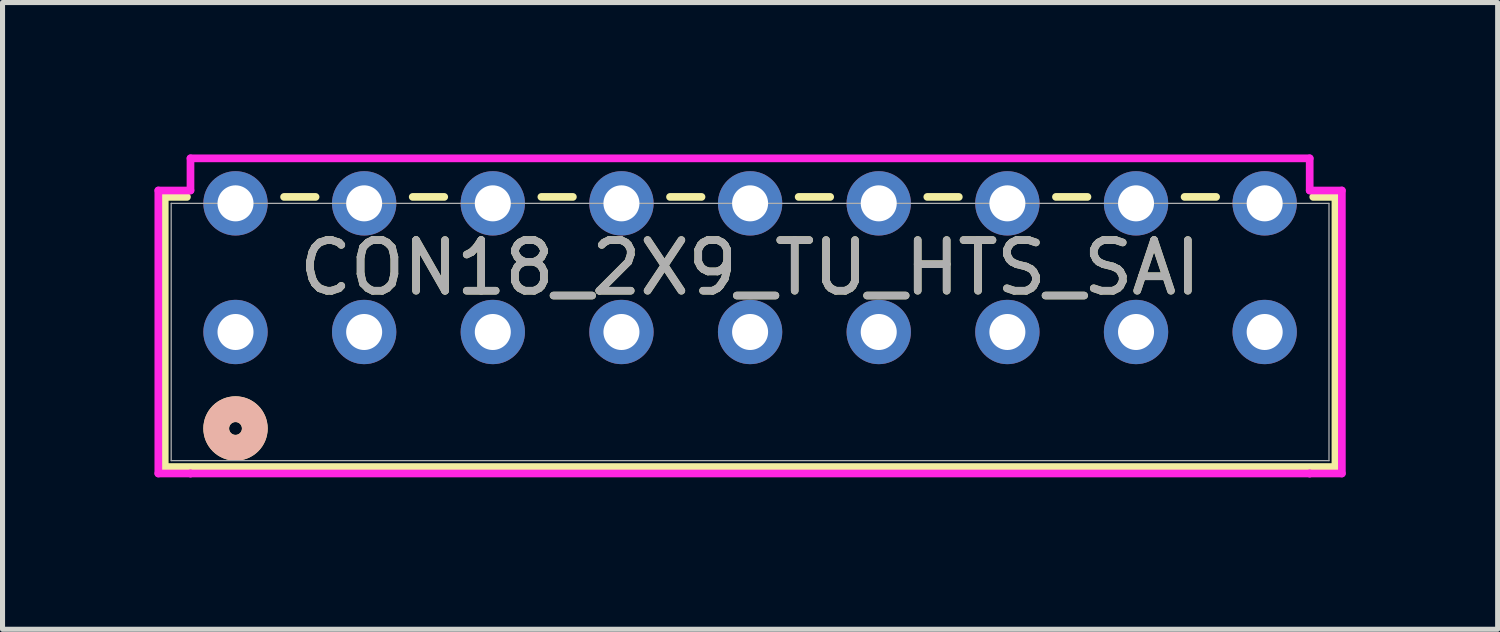
<source format=kicad_pcb>
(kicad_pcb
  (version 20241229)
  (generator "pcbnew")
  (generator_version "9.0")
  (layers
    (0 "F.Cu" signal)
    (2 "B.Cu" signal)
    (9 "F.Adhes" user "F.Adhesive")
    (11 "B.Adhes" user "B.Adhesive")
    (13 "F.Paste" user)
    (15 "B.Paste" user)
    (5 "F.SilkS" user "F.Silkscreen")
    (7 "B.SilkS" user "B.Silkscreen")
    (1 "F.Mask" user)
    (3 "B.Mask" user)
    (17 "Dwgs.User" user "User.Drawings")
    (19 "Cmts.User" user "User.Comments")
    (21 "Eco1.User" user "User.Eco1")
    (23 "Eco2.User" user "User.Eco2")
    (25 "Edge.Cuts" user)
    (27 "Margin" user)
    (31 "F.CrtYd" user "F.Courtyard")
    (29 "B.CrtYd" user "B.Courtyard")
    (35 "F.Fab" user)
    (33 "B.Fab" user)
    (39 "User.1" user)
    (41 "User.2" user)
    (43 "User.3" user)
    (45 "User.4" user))
  (footprint "CON18_2X9_TU_HTS_SAI"
    (layer "F.Cu")
    (at 11.76 2.235)
    (property "Reference" "CON18_2X9_TU_HTS_SAI" (at 0 0 0) (unlocked yes) (layer "F.SilkS") (effects (font (size 1 1) (thickness 0.15))))
    (attr through_hole)
    (fp_line (start -11.557 -1.397) (end -11.557 3.937) (stroke (width 0.152) (type solid)) (layer "F.SilkS"))
    (fp_line (start -11.557 3.937) (end 11.557 3.937) (stroke (width 0.152) (type solid)) (layer "F.SilkS"))
    (fp_line (start -11.119 -1.397) (end -11.557 -1.397) (stroke (width 0.152) (type solid)) (layer "F.SilkS"))
    (fp_line (start -8.579 -1.397) (end -9.201 -1.397) (stroke (width 0.152) (type solid)) (layer "F.SilkS"))
    (fp_line (start -6.039 -1.397) (end -6.661 -1.397) (stroke (width 0.152) (type solid)) (layer "F.SilkS"))
    (fp_line (start -3.499 -1.397) (end -4.121 -1.397) (stroke (width 0.152) (type solid)) (layer "F.SilkS"))
    (fp_line (start -0.959 -1.397) (end -1.581 -1.397) (stroke (width 0.152) (type solid)) (layer "F.SilkS"))
    (fp_line (start 1.581 -1.397) (end 0.959 -1.397) (stroke (width 0.152) (type solid)) (layer "F.SilkS"))
    (fp_line (start 4.121 -1.397) (end 3.499 -1.397) (stroke (width 0.152) (type solid)) (layer "F.SilkS"))
    (fp_line (start 6.661 -1.397) (end 6.039 -1.397) (stroke (width 0.152) (type solid)) (layer "F.SilkS"))
    (fp_line (start 9.201 -1.397) (end 8.579 -1.397) (stroke (width 0.152) (type solid)) (layer "F.SilkS"))
    (fp_line (start 11.557 -1.397) (end 11.119 -1.397) (stroke (width 0.152) (type solid)) (layer "F.SilkS"))
    (fp_line (start 11.557 3.937) (end 11.557 -1.397) (stroke (width 0.152) (type solid)) (layer "F.SilkS"))
    (fp_circle (center -10.16 3.175) (end -9.779 3.175) (stroke (width 0.508) (type solid)) (fill no) (layer "F.SilkS"))
    (fp_circle (center -10.16 3.175) (end -9.779 3.175) (stroke (width 0.508) (type solid)) (fill no) (layer "B.SilkS"))
    (fp_line (start -11.684 -1.524) (end -11.684 4.064) (stroke (width 0.152) (type solid)) (layer "F.CrtYd"))
    (fp_line (start -11.684 4.064) (end -11.049 4.064) (stroke (width 0.152) (type solid)) (layer "F.CrtYd"))
    (fp_line (start -11.049 -2.159) (end -11.049 -1.524) (stroke (width 0.152) (type solid)) (layer "F.CrtYd"))
    (fp_line (start -11.049 -1.524) (end -11.684 -1.524) (stroke (width 0.152) (type solid)) (layer "F.CrtYd"))
    (fp_line (start -11.049 4.064) (end -11.049 4.064) (stroke (width 0.152) (type solid)) (layer "F.CrtYd"))
    (fp_line (start -11.049 4.064) (end 11.049 4.064) (stroke (width 0.152) (type solid)) (layer "F.CrtYd"))
    (fp_line (start 11.049 -2.159) (end -11.049 -2.159) (stroke (width 0.152) (type solid)) (layer "F.CrtYd"))
    (fp_line (start 11.049 -1.524) (end 11.049 -2.159) (stroke (width 0.152) (type solid)) (layer "F.CrtYd"))
    (fp_line (start 11.049 4.064) (end 11.049 4.064) (stroke (width 0.152) (type solid)) (layer "F.CrtYd"))
    (fp_line (start 11.049 4.064) (end 11.684 4.064) (stroke (width 0.152) (type solid)) (layer "F.CrtYd"))
    (fp_line (start 11.684 -1.524) (end 11.049 -1.524) (stroke (width 0.152) (type solid)) (layer "F.CrtYd"))
    (fp_line (start 11.684 4.064) (end 11.684 -1.524) (stroke (width 0.152) (type solid)) (layer "F.CrtYd"))
    (fp_line (start -11.43 -1.27) (end -11.43 3.81) (stroke (width 0.025) (type solid)) (layer "F.Fab"))
    (fp_line (start -11.43 3.81) (end 11.43 3.81) (stroke (width 0.025) (type solid)) (layer "F.Fab"))
    (fp_line (start 11.43 -1.27) (end -11.43 -1.27) (stroke (width 0.025) (type solid)) (layer "F.Fab"))
    (fp_line (start 11.43 3.81) (end 11.43 -1.27) (stroke (width 0.025) (type solid)) (layer "F.Fab"))
    (fp_circle (center -10.16 1.27) (end -9.906 1.27) (stroke (width 0.025) (type solid)) (fill no) (layer "F.Fab"))
    (fp_text user "${REFERENCE}" (at 0 0 0) (unlocked yes) (layer "F.Fab") (effects (font (size 1 1) (thickness 0.15))))
    (pad "1" thru_hole circle (at -10.16 1.27 90) (size 1.27 1.27) (drill 0.711) (layers "*.Cu" "*.Mask"))
    (pad "2" thru_hole circle (at -10.16 -1.27 90) (size 1.27 1.27) (drill 0.711) (layers "*.Cu" "*.Mask"))
    (pad "3" thru_hole circle (at -7.62 1.27 90) (size 1.27 1.27) (drill 0.711) (layers "*.Cu" "*.Mask"))
    (pad "4" thru_hole circle (at -7.62 -1.27 90) (size 1.27 1.27) (drill 0.711) (layers "*.Cu" "*.Mask"))
    (pad "5" thru_hole circle (at -5.08 1.27 90) (size 1.27 1.27) (drill 0.711) (layers "*.Cu" "*.Mask"))
    (pad "6" thru_hole circle (at -5.08 -1.27 90) (size 1.27 1.27) (drill 0.711) (layers "*.Cu" "*.Mask"))
    (pad "7" thru_hole circle (at -2.54 1.27 90) (size 1.27 1.27) (drill 0.711) (layers "*.Cu" "*.Mask"))
    (pad "8" thru_hole circle (at -2.54 -1.27 90) (size 1.27 1.27) (drill 0.711) (layers "*.Cu" "*.Mask"))
    (pad "9" thru_hole circle (at 0 1.27 90) (size 1.27 1.27) (drill 0.711) (layers "*.Cu" "*.Mask"))
    (pad "10" thru_hole circle (at 0 -1.27 90) (size 1.27 1.27) (drill 0.711) (layers "*.Cu" "*.Mask"))
    (pad "11" thru_hole circle (at 2.54 1.27 90) (size 1.27 1.27) (drill 0.711) (layers "*.Cu" "*.Mask"))
    (pad "12" thru_hole circle (at 2.54 -1.27 90) (size 1.27 1.27) (drill 0.711) (layers "*.Cu" "*.Mask"))
    (pad "13" thru_hole circle (at 5.08 1.27 90) (size 1.27 1.27) (drill 0.711) (layers "*.Cu" "*.Mask"))
    (pad "14" thru_hole circle (at 5.08 -1.27 90) (size 1.27 1.27) (drill 0.711) (layers "*.Cu" "*.Mask"))
    (pad "15" thru_hole circle (at 7.62 1.27 90) (size 1.27 1.27) (drill 0.711) (layers "*.Cu" "*.Mask"))
    (pad "16" thru_hole circle (at 7.62 -1.27 90) (size 1.27 1.27) (drill 0.711) (layers "*.Cu" "*.Mask"))
    (pad "17" thru_hole circle (at 10.16 1.27 90) (size 1.27 1.27) (drill 0.711) (layers "*.Cu" "*.Mask"))
    (pad "18" thru_hole circle (at 10.16 -1.27 90) (size 1.27 1.27) (drill 0.711) (layers "*.Cu" "*.Mask")))
  (gr_rect
    (start -3 -3)
    (end 26.52 9.375)
    (stroke (width 0.1) (type default))
    (fill no)
    (layer "Edge.Cuts")))
</source>
